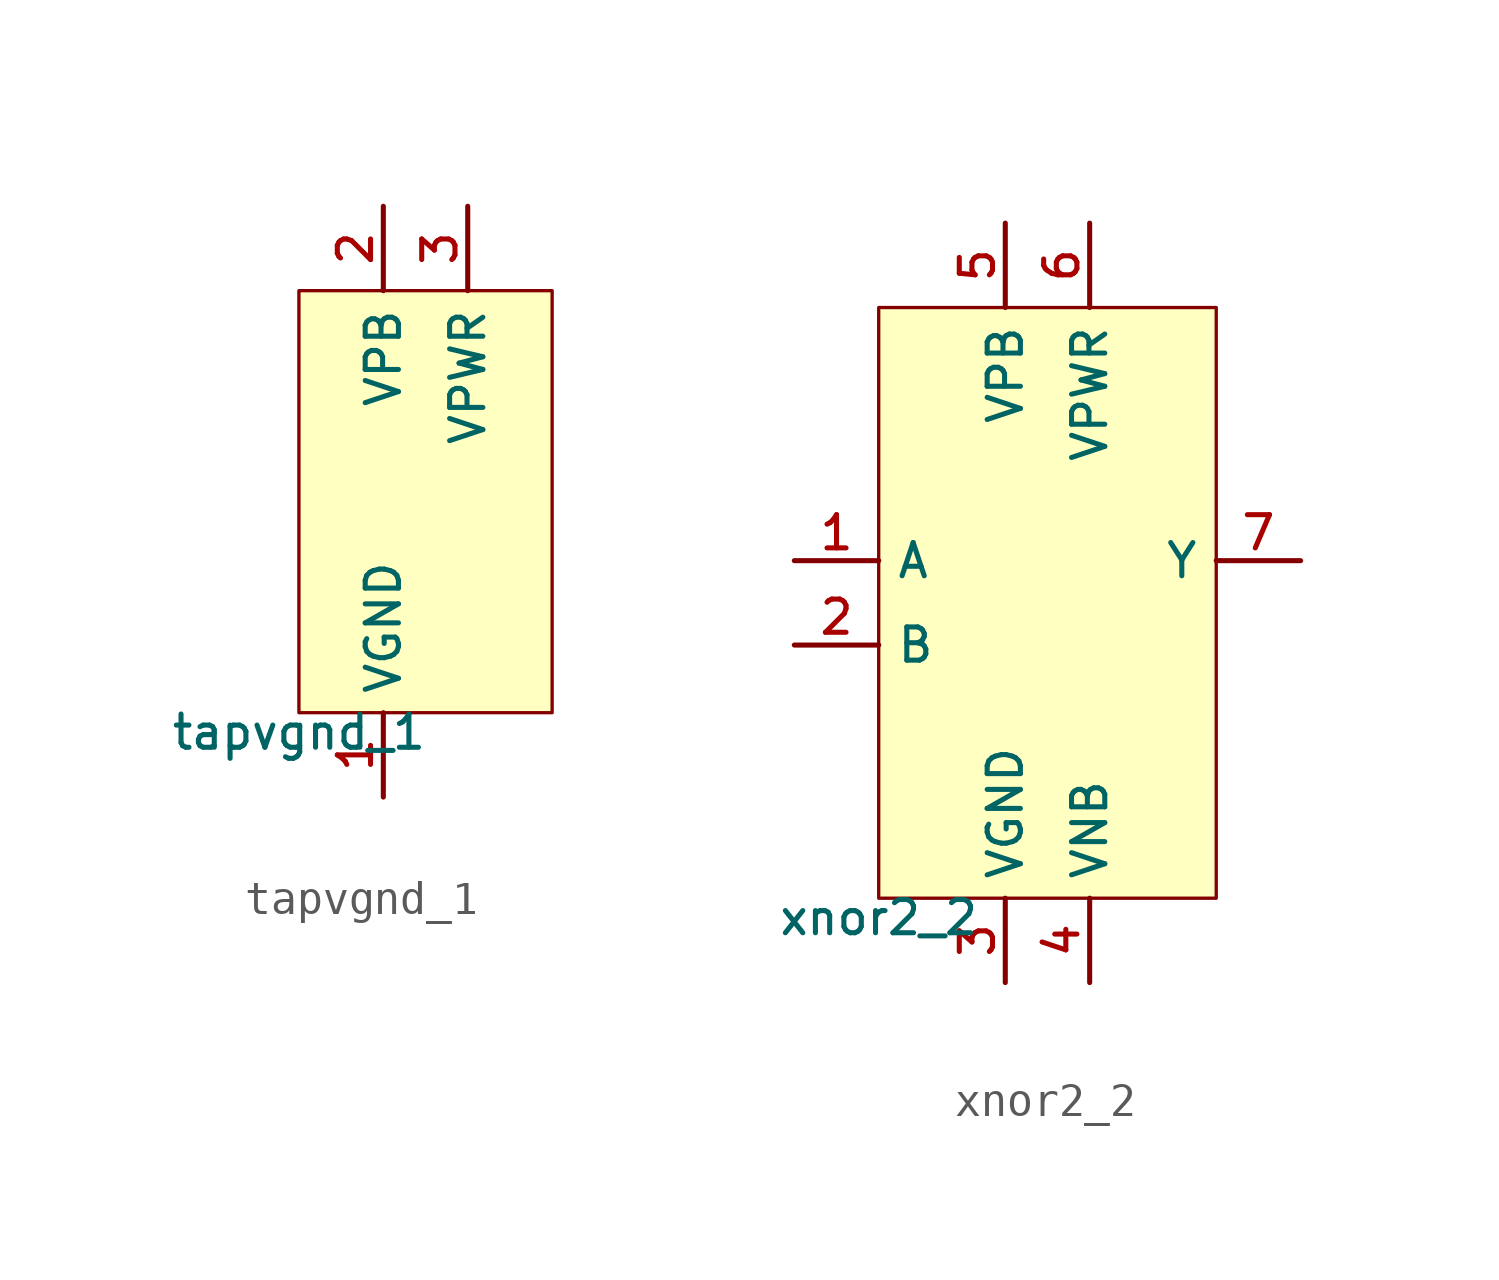
<source format=kicad_sym>
(kicad_symbol_lib
  (version 20211014)
  (generator pdk2kicad)
  (symbol "tapvgnd_1"
    (property "Reference" "X"
      (at 0 0 0)
      (effects (font (size 1 1)) hide))
    (property "Value" "tapvgnd_1"
      (at -3.81 -6.35 0)
      (effects (font (size 1 1)) (justify top)))
    (rectangle
      (start -3.81 -6.35)
      (end 3.81 6.35)
      (stroke (width 0.1) (type solid) (color 0 0 0 0))
      (fill (type background)))
    (pin power_in line
      (at -1.27 -8.89 90)
      (length 2.54)
      (name "VGND" (effects (font (size 1 1)) hide))
      (number "1" (effects (font (size 1 1)) hide)))
    (pin power_in line
      (at -1.27 8.89 270)
      (length 2.54)
      (name "VPB" (effects (font (size 1 1)) hide))
      (number "2" (effects (font (size 1 1)) hide)))
    (pin power_in line
      (at 1.27 8.89 270)
      (length 2.54)
      (name "VPWR" (effects (font (size 1 1)) hide))
      (number "3" (effects (font (size 1 1)) hide))))
  (symbol "xnor2_2"
    (property "Reference" "X"
      (at 0 0 0)
      (effects (font (size 1 1)) hide))
    (property "Value" "xnor2_2"
      (at -5.08 -8.89 0)
      (effects (font (size 1 1)) (justify top)))
    (rectangle
      (start -5.08 -8.89)
      (end 5.08 8.89)
      (stroke (width 0.1) (type solid) (color 0 0 0 0))
      (fill (type background)))
    (pin input line
      (at -7.62 1.27 0)
      (length 2.54)
      (name "A" (effects (font (size 1 1)) hide))
      (number "1" (effects (font (size 1 1)) hide)))
    (pin input line
      (at -7.62 -1.27 0)
      (length 2.54)
      (name "B" (effects (font (size 1 1)) hide))
      (number "2" (effects (font (size 1 1)) hide)))
    (pin power_in line
      (at -1.27 -11.43 90)
      (length 2.54)
      (name "VGND" (effects (font (size 1 1)) hide))
      (number "3" (effects (font (size 1 1)) hide)))
    (pin power_in line
      (at 1.27 -11.43 90)
      (length 2.54)
      (name "VNB" (effects (font (size 1 1)) hide))
      (number "4" (effects (font (size 1 1)) hide)))
    (pin power_in line
      (at -1.27 11.43 270)
      (length 2.54)
      (name "VPB" (effects (font (size 1 1)) hide))
      (number "5" (effects (font (size 1 1)) hide)))
    (pin power_in line
      (at 1.27 11.43 270)
      (length 2.54)
      (name "VPWR" (effects (font (size 1 1)) hide))
      (number "6" (effects (font (size 1 1)) hide)))
    (pin output line
      (at 7.62 1.27 180)
      (length 2.54)
      (name "Y" (effects (font (size 1 1)) hide))
      (number "7" (effects (font (size 1 1)) hide)))))
</source>
